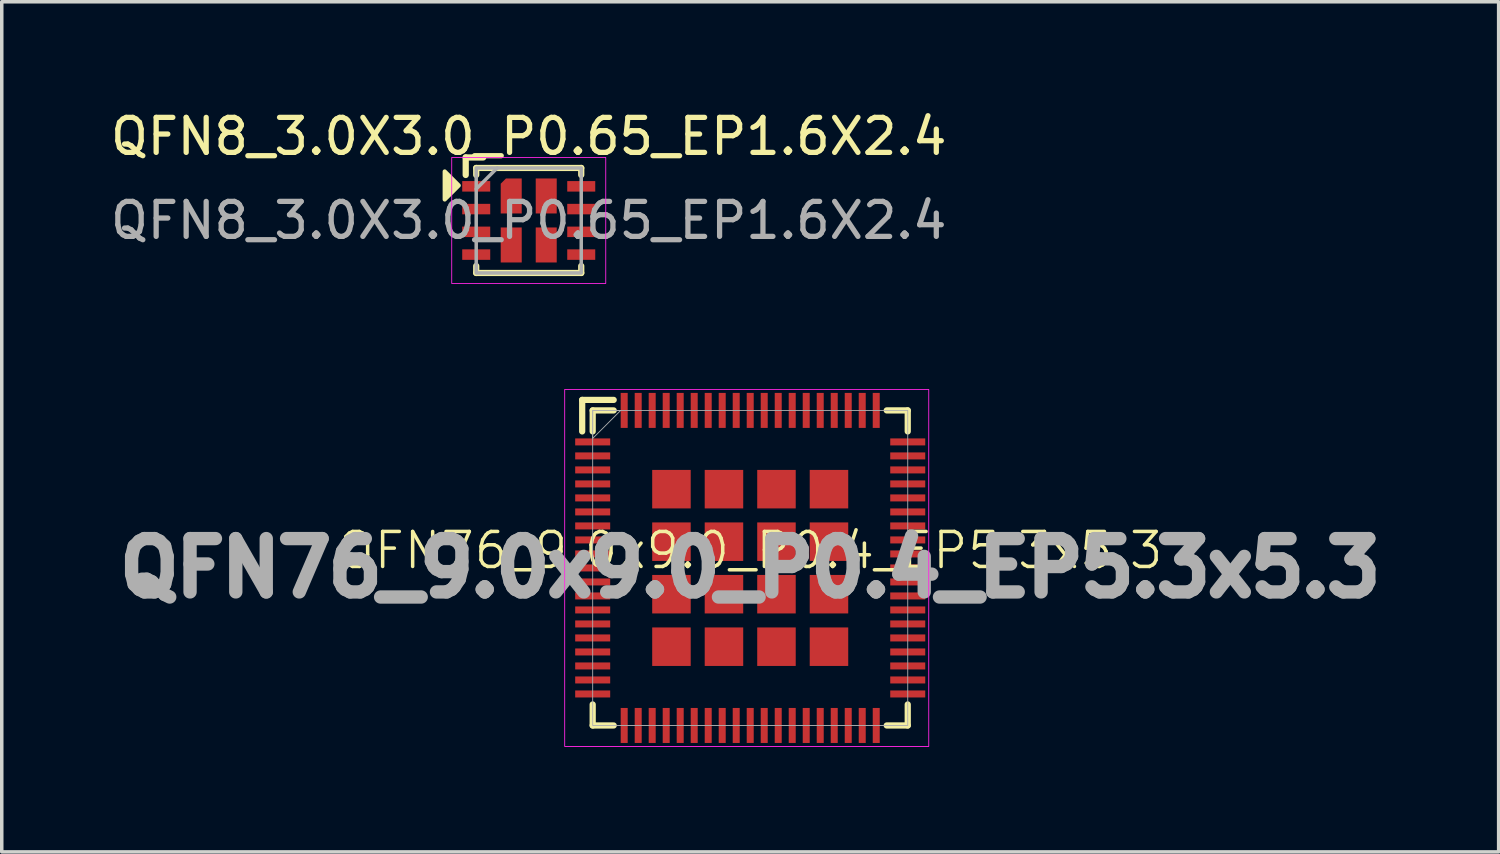
<source format=kicad_pcb>
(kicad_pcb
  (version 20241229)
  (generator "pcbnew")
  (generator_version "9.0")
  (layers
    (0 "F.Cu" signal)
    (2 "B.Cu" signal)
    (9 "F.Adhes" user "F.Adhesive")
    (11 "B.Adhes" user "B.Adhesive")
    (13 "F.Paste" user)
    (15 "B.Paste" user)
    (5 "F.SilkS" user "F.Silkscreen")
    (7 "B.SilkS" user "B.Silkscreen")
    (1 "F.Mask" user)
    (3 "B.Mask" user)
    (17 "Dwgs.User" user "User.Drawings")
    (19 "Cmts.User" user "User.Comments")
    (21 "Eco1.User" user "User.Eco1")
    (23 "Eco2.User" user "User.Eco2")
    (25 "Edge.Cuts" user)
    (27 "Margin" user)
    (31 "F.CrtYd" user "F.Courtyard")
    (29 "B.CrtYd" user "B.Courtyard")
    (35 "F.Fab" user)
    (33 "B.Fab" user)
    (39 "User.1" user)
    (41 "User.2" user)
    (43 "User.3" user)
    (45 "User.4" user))
  (footprint "QFN8_3.0X3.0_P0.65_EP1.6X2.4"
    (layer "F.Cu")
    (at 12.054 3.248)
    (property "Reference" "QFN8_3.0X3.0_P0.65_EP1.6X2.4" (at 0 -2.4 0) (unlocked yes) (layer "F.SilkS") (effects (font (size 1 1) (thickness 0.15))))
    (attr smd)
    (fp_line (start -1.8 -1.8) (end -1.3 -1.8) (stroke (width 0.178) (type solid)) (layer "F.SilkS"))
    (fp_line (start -1.8 -1.3) (end -1.8 -1.8) (stroke (width 0.178) (type solid)) (layer "F.SilkS"))
    (fp_line (start -1.5 -1.5) (end 1.5 -1.5) (stroke (width 0.178) (type solid)) (layer "F.SilkS"))
    (fp_line (start -1.5 -1.3) (end -1.5 -1.5) (stroke (width 0.178) (type solid)) (layer "F.SilkS"))
    (fp_line (start -1.5 1.5) (end -1.5 1.3) (stroke (width 0.178) (type solid)) (layer "F.SilkS"))
    (fp_line (start 1.5 -1.5) (end 1.5 -1.3) (stroke (width 0.178) (type solid)) (layer "F.SilkS"))
    (fp_line (start 1.5 1.3) (end 1.5 1.5) (stroke (width 0.178) (type solid)) (layer "F.SilkS"))
    (fp_line (start 1.5 1.5) (end -1.5 1.5) (stroke (width 0.178) (type solid)) (layer "F.SilkS"))
    (fp_poly (pts (xy -2 -1) (xy -2.4 -0.6) (xy -2.4 -1.4)) (stroke (width 0.12) (type solid)) (fill yes) (layer "F.SilkS"))
    (fp_rect (start -2.2 -1.8) (end 2.2 1.8) (stroke (width 0.025) (type solid)) (fill no) (layer "F.CrtYd"))
    (fp_line (start -1.5 -0.9) (end -0.9 -1.5) (stroke (width 0.1) (type solid)) (layer "F.Fab"))
    (fp_rect (start -1.5 -1.5) (end 1.5 1.5) (stroke (width 0.1) (type solid)) (fill no) (layer "F.Fab"))
    (fp_text user "${REFERENCE}" (at 0 0 0) (unlocked yes) (layer "F.Fab") (effects (font (size 1 1) (thickness 0.15))))
    (pad "1" smd rect (at -1.5 -0.975) (size 0.8 0.3) (layers "F.Cu" "F.Mask" "F.Paste"))
    (pad "2" smd rect (at -1.5 -0.325) (size 0.8 0.3) (layers "F.Cu" "F.Mask" "F.Paste"))
    (pad "3" smd rect (at -1.5 0.325) (size 0.8 0.3) (layers "F.Cu" "F.Mask" "F.Paste"))
    (pad "4" smd rect (at -1.5 0.975) (size 0.8 0.3) (layers "F.Cu" "F.Mask" "F.Paste"))
    (pad "5" smd rect (at 1.5 0.975) (size 0.8 0.3) (layers "F.Cu" "F.Mask" "F.Paste"))
    (pad "6" smd rect (at 1.5 0.325) (size 0.8 0.3) (layers "F.Cu" "F.Mask" "F.Paste"))
    (pad "7" smd rect (at 1.5 -0.325) (size 0.8 0.3) (layers "F.Cu" "F.Mask" "F.Paste"))
    (pad "8" smd rect (at 1.5 -0.975) (size 0.8 0.3) (layers "F.Cu" "F.Mask" "F.Paste"))
    (pad "9" smd roundrect (at -0.5 -0.7) (size 0.6 1) (layers "F.Cu" "F.Mask" "F.Paste") (roundrect_rratio 0) (chamfer_ratio 0.25) (chamfer top_left))
    (pad "9" smd rect (at -0.5 0.7) (size 0.6 1) (layers "F.Cu" "F.Mask" "F.Paste"))
    (pad "9" smd rect (at 0.5 -0.7) (size 0.6 1) (layers "F.Cu" "F.Mask" "F.Paste"))
    (pad "9" smd rect (at 0.5 0.7) (size 0.6 1) (layers "F.Cu" "F.Mask" "F.Paste")))
  (footprint "QFN76_9.0x9.0_P0.4_EP5.3x5.3"
    (layer "F.Cu")
    (at 18.381 13.174)
    (property "Reference" "QFN76_9.0x9.0_P0.4_EP5.3x5.3" (at 0 -0.5 0) (unlocked yes) (layer "F.SilkS") (effects (font (size 1 1) (thickness 0.1))))
    (attr smd)
    (fp_line (start -4.8 -4.8) (end -3.9 -4.8) (stroke (width 0.178) (type solid)) (layer "F.SilkS"))
    (fp_line (start -4.8 -3.9) (end -4.8 -4.8) (stroke (width 0.178) (type solid)) (layer "F.SilkS"))
    (fp_line (start -4.5 -4.5) (end -3.9 -4.5) (stroke (width 0.178) (type solid)) (layer "F.SilkS"))
    (fp_line (start -4.5 -3.9) (end -4.5 -4.5) (stroke (width 0.178) (type solid)) (layer "F.SilkS"))
    (fp_line (start -4.5 4.5) (end -4.5 3.9) (stroke (width 0.178) (type solid)) (layer "F.SilkS"))
    (fp_line (start -3.9 4.5) (end -4.5 4.5) (stroke (width 0.178) (type solid)) (layer "F.SilkS"))
    (fp_line (start 3.9 -4.5) (end 4.5 -4.5) (stroke (width 0.178) (type solid)) (layer "F.SilkS"))
    (fp_line (start 4.5 -4.5) (end 4.5 -3.9) (stroke (width 0.178) (type solid)) (layer "F.SilkS"))
    (fp_line (start 4.5 3.9) (end 4.5 4.5) (stroke (width 0.178) (type solid)) (layer "F.SilkS"))
    (fp_line (start 4.5 4.5) (end 3.9 4.5) (stroke (width 0.178) (type solid)) (layer "F.SilkS"))
    (fp_rect (start -5.3 -5.1) (end 5.1 5.1) (stroke (width 0.025) (type solid)) (fill no) (layer "F.CrtYd"))
    (fp_rect (start -4.5 -4.5) (end 4.5 4.5) (stroke (width 0.025) (type solid)) (fill no) (layer "F.Fab"))
    (fp_poly (pts (xy -4.5 -4.5) (xy -4.5 -3.7) (xy -3.7 -4.5)) (stroke (width 0.025) (type solid)) (fill no) (layer "F.Fab"))
    (fp_text user "${REFERENCE}" (at 0 0 0) (unlocked yes) (layer "F.Fab") (effects (font (size 1.524 1.524) (thickness 0.381) (bold yes))))
    (pad "1" smd rect (at -4.5 -3.6) (size 1 0.2) (layers "F.Cu" "F.Mask" "F.Paste"))
    (pad "2" smd rect (at -4.5 -3.2) (size 1 0.2) (layers "F.Cu" "F.Mask" "F.Paste"))
    (pad "3" smd rect (at -4.5 -2.8) (size 1 0.2) (layers "F.Cu" "F.Mask" "F.Paste"))
    (pad "4" smd rect (at -4.5 -2.4) (size 1 0.2) (layers "F.Cu" "F.Mask" "F.Paste"))
    (pad "5" smd rect (at -4.5 -2) (size 1 0.2) (layers "F.Cu" "F.Mask" "F.Paste"))
    (pad "6" smd rect (at -4.5 -1.6) (size 1 0.2) (layers "F.Cu" "F.Mask" "F.Paste"))
    (pad "7" smd rect (at -4.5 -1.2) (size 1 0.2) (layers "F.Cu" "F.Mask" "F.Paste"))
    (pad "8" smd rect (at -4.5 -0.8) (size 1 0.2) (layers "F.Cu" "F.Mask" "F.Paste"))
    (pad "9" smd rect (at -4.5 -0.4) (size 1 0.2) (layers "F.Cu" "F.Mask" "F.Paste"))
    (pad "10" smd rect (at -4.5 0) (size 1 0.2) (layers "F.Cu" "F.Mask" "F.Paste"))
    (pad "11" smd rect (at -4.5 0.4) (size 1 0.2) (layers "F.Cu" "F.Mask" "F.Paste"))
    (pad "12" smd rect (at -4.5 0.8) (size 1 0.2) (layers "F.Cu" "F.Mask" "F.Paste"))
    (pad "13" smd rect (at -4.5 1.2) (size 1 0.2) (layers "F.Cu" "F.Mask" "F.Paste"))
    (pad "14" smd rect (at -4.5 1.6) (size 1 0.2) (layers "F.Cu" "F.Mask" "F.Paste"))
    (pad "15" smd rect (at -4.5 2) (size 1 0.2) (layers "F.Cu" "F.Mask" "F.Paste"))
    (pad "16" smd rect (at -4.5 2.4) (size 1 0.2) (layers "F.Cu" "F.Mask" "F.Paste"))
    (pad "17" smd rect (at -4.5 2.8) (size 1 0.2) (layers "F.Cu" "F.Mask" "F.Paste"))
    (pad "18" smd rect (at -4.5 3.2) (size 1 0.2) (layers "F.Cu" "F.Mask" "F.Paste"))
    (pad "19" smd rect (at -4.5 3.6) (size 1 0.2) (layers "F.Cu" "F.Mask" "F.Paste"))
    (pad "20" smd rect (at -3.6 4.5) (size 0.2 1) (layers "F.Cu" "F.Mask" "F.Paste"))
    (pad "21" smd rect (at -3.2 4.5) (size 0.2 1) (layers "F.Cu" "F.Mask" "F.Paste"))
    (pad "22" smd rect (at -2.8 4.5) (size 0.2 1) (layers "F.Cu" "F.Mask" "F.Paste"))
    (pad "23" smd rect (at -2.4 4.5) (size 0.2 1) (layers "F.Cu" "F.Mask" "F.Paste"))
    (pad "24" smd rect (at -2 4.5) (size 0.2 1) (layers "F.Cu" "F.Mask" "F.Paste"))
    (pad "25" smd rect (at -1.6 4.5) (size 0.2 1) (layers "F.Cu" "F.Mask" "F.Paste"))
    (pad "26" smd rect (at -1.2 4.5) (size 0.2 1) (layers "F.Cu" "F.Mask" "F.Paste"))
    (pad "27" smd rect (at -0.8 4.5) (size 0.2 1) (layers "F.Cu" "F.Mask" "F.Paste"))
    (pad "28" smd rect (at -0.4 4.5) (size 0.2 1) (layers "F.Cu" "F.Mask" "F.Paste"))
    (pad "29" smd rect (at 0 4.5) (size 0.2 1) (layers "F.Cu" "F.Mask" "F.Paste"))
    (pad "30" smd rect (at 0.4 4.5) (size 0.2 1) (layers "F.Cu" "F.Mask" "F.Paste"))
    (pad "31" smd rect (at 0.8 4.5) (size 0.2 1) (layers "F.Cu" "F.Mask" "F.Paste"))
    (pad "32" smd rect (at 1.2 4.5) (size 0.2 1) (layers "F.Cu" "F.Mask" "F.Paste"))
    (pad "33" smd rect (at 1.6 4.5) (size 0.2 1) (layers "F.Cu" "F.Mask" "F.Paste"))
    (pad "34" smd rect (at 2 4.5) (size 0.2 1) (layers "F.Cu" "F.Mask" "F.Paste"))
    (pad "35" smd rect (at 2.4 4.5) (size 0.2 1) (layers "F.Cu" "F.Mask" "F.Paste"))
    (pad "36" smd rect (at 2.8 4.5) (size 0.2 1) (layers "F.Cu" "F.Mask" "F.Paste"))
    (pad "37" smd rect (at 3.2 4.5) (size 0.2 1) (layers "F.Cu" "F.Mask" "F.Paste"))
    (pad "38" smd rect (at 3.6 4.5) (size 0.2 1) (layers "F.Cu" "F.Mask" "F.Paste"))
    (pad "39" smd rect (at 4.5 3.6) (size 1 0.2) (layers "F.Cu" "F.Mask" "F.Paste"))
    (pad "40" smd rect (at 4.5 3.2) (size 1 0.2) (layers "F.Cu" "F.Mask" "F.Paste"))
    (pad "41" smd rect (at 4.5 2.8) (size 1 0.2) (layers "F.Cu" "F.Mask" "F.Paste"))
    (pad "42" smd rect (at 4.5 2.4) (size 1 0.2) (layers "F.Cu" "F.Mask" "F.Paste"))
    (pad "43" smd rect (at 4.5 2) (size 1 0.2) (layers "F.Cu" "F.Mask" "F.Paste"))
    (pad "44" smd rect (at 4.5 1.6) (size 1 0.2) (layers "F.Cu" "F.Mask" "F.Paste"))
    (pad "45" smd rect (at 4.5 1.2) (size 1 0.2) (layers "F.Cu" "F.Mask" "F.Paste"))
    (pad "46" smd rect (at 4.5 0.8) (size 1 0.2) (layers "F.Cu" "F.Mask" "F.Paste"))
    (pad "47" smd rect (at 4.5 0.4) (size 1 0.2) (layers "F.Cu" "F.Mask" "F.Paste"))
    (pad "48" smd rect (at 4.5 0) (size 1 0.2) (layers "F.Cu" "F.Mask" "F.Paste"))
    (pad "49" smd rect (at 4.5 -0.4) (size 1 0.2) (layers "F.Cu" "F.Mask" "F.Paste"))
    (pad "50" smd rect (at 4.5 -0.8) (size 1 0.2) (layers "F.Cu" "F.Mask" "F.Paste"))
    (pad "51" smd rect (at 4.5 -1.2) (size 1 0.2) (layers "F.Cu" "F.Mask" "F.Paste"))
    (pad "52" smd rect (at 4.5 -1.6) (size 1 0.2) (layers "F.Cu" "F.Mask" "F.Paste"))
    (pad "53" smd rect (at 4.5 -2) (size 1 0.2) (layers "F.Cu" "F.Mask" "F.Paste"))
    (pad "54" smd rect (at 4.5 -2.4) (size 1 0.2) (layers "F.Cu" "F.Mask" "F.Paste"))
    (pad "55" smd rect (at 4.5 -2.8) (size 1 0.2) (layers "F.Cu" "F.Mask" "F.Paste"))
    (pad "56" smd rect (at 4.5 -3.2) (size 1 0.2) (layers "F.Cu" "F.Mask" "F.Paste"))
    (pad "57" smd rect (at 4.5 -3.6) (size 1 0.2) (layers "F.Cu" "F.Mask" "F.Paste"))
    (pad "58" smd rect (at 3.6 -4.5) (size 0.2 1) (layers "F.Cu" "F.Mask" "F.Paste"))
    (pad "59" smd rect (at 3.2 -4.5) (size 0.2 1) (layers "F.Cu" "F.Mask" "F.Paste"))
    (pad "60" smd rect (at 2.8 -4.5) (size 0.2 1) (layers "F.Cu" "F.Mask" "F.Paste"))
    (pad "61" smd rect (at 2.4 -4.5) (size 0.2 1) (layers "F.Cu" "F.Mask" "F.Paste"))
    (pad "62" smd rect (at 2 -4.5) (size 0.2 1) (layers "F.Cu" "F.Mask" "F.Paste"))
    (pad "63" smd rect (at 1.6 -4.5) (size 0.2 1) (layers "F.Cu" "F.Mask" "F.Paste"))
    (pad "64" smd rect (at 1.2 -4.5) (size 0.2 1) (layers "F.Cu" "F.Mask" "F.Paste"))
    (pad "65" smd rect (at 0.8 -4.5) (size 0.2 1) (layers "F.Cu" "F.Mask" "F.Paste"))
    (pad "66" smd rect (at 0.4 -4.5) (size 0.2 1) (layers "F.Cu" "F.Mask" "F.Paste"))
    (pad "67" smd rect (at 0 -4.5) (size 0.2 1) (layers "F.Cu" "F.Mask" "F.Paste"))
    (pad "68" smd rect (at -0.4 -4.5) (size 0.2 1) (layers "F.Cu" "F.Mask" "F.Paste"))
    (pad "69" smd rect (at -0.8 -4.5) (size 0.2 1) (layers "F.Cu" "F.Mask" "F.Paste"))
    (pad "70" smd rect (at -1.2 -4.5) (size 0.2 1) (layers "F.Cu" "F.Mask" "F.Paste"))
    (pad "71" smd rect (at -1.6 -4.5) (size 0.2 1) (layers "F.Cu" "F.Mask" "F.Paste"))
    (pad "72" smd rect (at -2 -4.5) (size 0.2 1) (layers "F.Cu" "F.Mask" "F.Paste"))
    (pad "73" smd rect (at -2.4 -4.5) (size 0.2 1) (layers "F.Cu" "F.Mask" "F.Paste"))
    (pad "74" smd rect (at -2.8 -4.5) (size 0.2 1) (layers "F.Cu" "F.Mask" "F.Paste"))
    (pad "75" smd rect (at -3.2 -4.5) (size 0.2 1) (layers "F.Cu" "F.Mask" "F.Paste"))
    (pad "76" smd rect (at -3.6 -4.5) (size 0.2 1) (layers "F.Cu" "F.Mask" "F.Paste"))
    (pad "77" smd rect (at -2.25 -2.25) (size 1.1 1.1) (layers "F.Cu" "F.Mask" "F.Paste"))
    (pad "77" smd rect (at -2.25 -0.75) (size 1.1 1.1) (layers "F.Cu" "F.Mask" "F.Paste"))
    (pad "77" smd rect (at -2.25 0.75) (size 1.1 1.1) (layers "F.Cu" "F.Mask" "F.Paste"))
    (pad "77" smd rect (at -2.25 2.25) (size 1.1 1.1) (layers "F.Cu" "F.Mask" "F.Paste"))
    (pad "77" smd rect (at -0.75 -2.25) (size 1.1 1.1) (layers "F.Cu" "F.Mask" "F.Paste"))
    (pad "77" smd rect (at -0.75 -0.75) (size 1.1 1.1) (layers "F.Cu" "F.Mask" "F.Paste"))
    (pad "77" smd rect (at -0.75 0.75) (size 1.1 1.1) (layers "F.Cu" "F.Mask" "F.Paste"))
    (pad "77" smd rect (at -0.75 2.25) (size 1.1 1.1) (layers "F.Cu" "F.Mask" "F.Paste"))
    (pad "77" smd rect (at 0.75 -2.25) (size 1.1 1.1) (layers "F.Cu" "F.Mask" "F.Paste"))
    (pad "77" smd rect (at 0.75 -0.75) (size 1.1 1.1) (layers "F.Cu" "F.Mask" "F.Paste"))
    (pad "77" smd rect (at 0.75 0.75) (size 1.1 1.1) (layers "F.Cu" "F.Mask" "F.Paste"))
    (pad "77" smd rect (at 0.75 2.25) (size 1.1 1.1) (layers "F.Cu" "F.Mask" "F.Paste"))
    (pad "77" smd rect (at 2.25 -2.25) (size 1.1 1.1) (layers "F.Cu" "F.Mask" "F.Paste"))
    (pad "77" smd rect (at 2.25 -0.75) (size 1.1 1.1) (layers "F.Cu" "F.Mask" "F.Paste"))
    (pad "77" smd rect (at 2.25 0.75) (size 1.1 1.1) (layers "F.Cu" "F.Mask" "F.Paste"))
    (pad "77" smd rect (at 2.25 2.25) (size 1.1 1.1) (layers "F.Cu" "F.Mask" "F.Paste")))
  (gr_rect
    (start -3 -3)
    (end 39.761 21.286)
    (stroke (width 0.1) (type default))
    (fill no)
    (layer "Edge.Cuts")))
</source>
